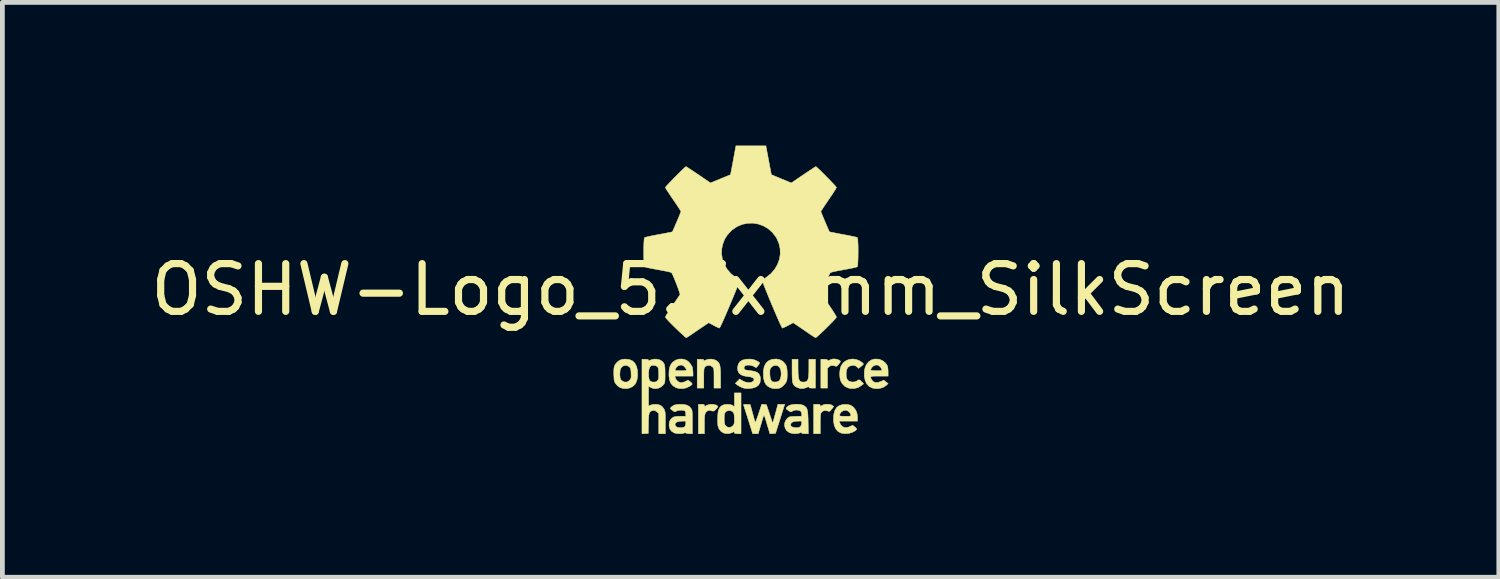
<source format=kicad_pcb>
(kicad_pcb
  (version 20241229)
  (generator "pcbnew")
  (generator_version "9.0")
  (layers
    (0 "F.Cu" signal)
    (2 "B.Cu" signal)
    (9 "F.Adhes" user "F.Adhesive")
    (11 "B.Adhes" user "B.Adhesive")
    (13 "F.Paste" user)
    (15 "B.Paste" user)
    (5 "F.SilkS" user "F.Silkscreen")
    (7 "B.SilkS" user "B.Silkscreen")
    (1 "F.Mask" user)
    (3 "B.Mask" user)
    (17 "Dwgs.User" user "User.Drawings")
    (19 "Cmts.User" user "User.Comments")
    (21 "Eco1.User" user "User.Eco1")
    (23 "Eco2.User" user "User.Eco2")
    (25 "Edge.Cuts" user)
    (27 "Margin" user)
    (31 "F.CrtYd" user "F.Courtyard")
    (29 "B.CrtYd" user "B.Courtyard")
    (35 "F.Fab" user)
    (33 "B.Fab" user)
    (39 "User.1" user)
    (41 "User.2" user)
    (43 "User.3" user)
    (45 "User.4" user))
  (footprint "OSHW-Logo_5.7x6mm_SilkScreen"
    (layer "F.Cu")
    (at 12.673 3.017)
    (property "Reference" "OSHW-Logo_5.7x6mm_SilkScreen" (at 0 0 0) (layer "F.SilkS") (effects (font (size 1 1) (thickness 0.15))))
    (attr exclude_from_pos_files exclude_from_bom allow_missing_courtyard)
    (fp_poly (pts (xy 1.799 1.458) (xy 1.843 1.471) (xy 1.871 1.488) (xy 1.88 1.501) (xy 1.877 1.517) (xy 1.861 1.541) (xy 1.847 1.559) (xy 1.819 1.59) (xy 1.798 1.604) (xy 1.78 1.603) (xy 1.726 1.589) (xy 1.687 1.59) (xy 1.655 1.605) (xy 1.644 1.614) (xy 1.61 1.646) (xy 1.61 2.062) (xy 1.471 2.062) (xy 1.471 1.459) (xy 1.54 1.459) (xy 1.582 1.46) (xy 1.603 1.466) (xy 1.61 1.477) (xy 1.61 1.478) (xy 1.612 1.49) (xy 1.626 1.488) (xy 1.644 1.48) (xy 1.682 1.464) (xy 1.713 1.454) (xy 1.753 1.451) (xy 1.799 1.458)) (stroke (width 0.01) (type solid)) (fill yes) (layer "F.SilkS"))
    (fp_poly (pts (xy 1.635 2.401) (xy 1.684 2.411) (xy 1.711 2.425) (xy 1.74 2.449) (xy 1.699 2.501) (xy 1.673 2.532) (xy 1.656 2.547) (xy 1.639 2.55) (xy 1.614 2.542) (xy 1.602 2.538) (xy 1.554 2.532) (xy 1.51 2.545) (xy 1.478 2.576) (xy 1.473 2.585) (xy 1.467 2.611) (xy 1.463 2.659) (xy 1.46 2.725) (xy 1.459 2.806) (xy 1.459 2.817) (xy 1.459 3.018) (xy 1.32 3.018) (xy 1.32 2.402) (xy 1.389 2.402) (xy 1.429 2.403) (xy 1.45 2.407) (xy 1.458 2.418) (xy 1.459 2.428) (xy 1.459 2.454) (xy 1.492 2.428) (xy 1.53 2.41) (xy 1.581 2.401) (xy 1.635 2.401)) (stroke (width 0.01) (type solid)) (fill yes) (layer "F.SilkS"))
    (fp_poly (pts (xy -0.993 2.403) (xy -0.975 2.409) (xy -0.968 2.421) (xy -0.968 2.427) (xy -0.967 2.442) (xy -0.96 2.445) (xy -0.939 2.434) (xy -0.927 2.427) (xy -0.889 2.411) (xy -0.844 2.403) (xy -0.797 2.403) (xy -0.752 2.409) (xy -0.716 2.42) (xy -0.693 2.436) (xy -0.688 2.456) (xy -0.69 2.462) (xy -0.707 2.485) (xy -0.733 2.513) (xy -0.738 2.517) (xy -0.762 2.538) (xy -0.784 2.545) (xy -0.814 2.54) (xy -0.826 2.537) (xy -0.863 2.529) (xy -0.889 2.533) (xy -0.911 2.545) (xy -0.931 2.561) (xy -0.946 2.581) (xy -0.956 2.609) (xy -0.963 2.648) (xy -0.967 2.704) (xy -0.968 2.779) (xy -0.968 2.824) (xy -0.968 3.018) (xy -1.094 3.018) (xy -1.094 2.402) (xy -1.031 2.402) (xy -0.993 2.403)) (stroke (width 0.01) (type solid)) (fill yes) (layer "F.SilkS"))
    (fp_poly (pts (xy 0.993 1.654) (xy 0.995 1.747) (xy 0.999 1.817) (xy 1.008 1.867) (xy 1.022 1.902) (xy 1.042 1.923) (xy 1.071 1.933) (xy 1.107 1.936) (xy 1.144 1.933) (xy 1.172 1.922) (xy 1.192 1.9) (xy 1.206 1.865) (xy 1.214 1.814) (xy 1.219 1.742) (xy 1.22 1.654) (xy 1.22 1.459) (xy 1.358 1.459) (xy 1.358 2.062) (xy 1.289 2.062) (xy 1.247 2.06) (xy 1.226 2.055) (xy 1.22 2.043) (xy 1.216 2.033) (xy 1.202 2.035) (xy 1.173 2.05) (xy 1.106 2.071) (xy 1.036 2.07) (xy 0.968 2.046) (xy 0.936 2.027) (xy 0.912 2.007) (xy 0.894 1.982) (xy 0.881 1.947) (xy 0.874 1.901) (xy 0.87 1.839) (xy 0.868 1.758) (xy 0.868 1.695) (xy 0.868 1.459) (xy 0.993 1.459) (xy 0.993 1.654)) (stroke (width 0.01) (type solid)) (fill yes) (layer "F.SilkS"))
    (fp_poly (pts (xy -0.754 1.469) (xy -0.723 1.484) (xy -0.692 1.506) (xy -0.669 1.53) (xy -0.652 1.562) (xy -0.641 1.604) (xy -0.634 1.66) (xy -0.63 1.734) (xy -0.629 1.829) (xy -0.629 1.839) (xy -0.629 2.062) (xy -0.767 2.062) (xy -0.767 1.856) (xy -0.767 1.78) (xy -0.768 1.725) (xy -0.77 1.687) (xy -0.773 1.661) (xy -0.779 1.643) (xy -0.788 1.63) (xy -0.8 1.618) (xy -0.843 1.59) (xy -0.89 1.585) (xy -0.934 1.602) (xy -0.95 1.615) (xy -0.961 1.627) (xy -0.969 1.641) (xy -0.975 1.659) (xy -0.978 1.686) (xy -0.98 1.726) (xy -0.981 1.784) (xy -0.981 1.854) (xy -0.981 2.062) (xy -1.119 2.062) (xy -1.119 1.459) (xy -1.05 1.459) (xy -1.008 1.46) (xy -0.987 1.466) (xy -0.981 1.477) (xy -0.981 1.478) (xy -0.978 1.489) (xy -0.965 1.488) (xy -0.94 1.475) (xy -0.883 1.457) (xy -0.817 1.455) (xy -0.754 1.469)) (stroke (width 0.01) (type solid)) (fill yes) (layer "F.SilkS"))
    (fp_poly (pts (xy 2.217 1.464) (xy 2.29 1.495) (xy 2.313 1.51) (xy 2.342 1.533) (xy 2.361 1.551) (xy 2.364 1.557) (xy 2.355 1.57) (xy 2.332 1.593) (xy 2.313 1.608) (xy 2.263 1.649) (xy 2.223 1.615) (xy 2.192 1.594) (xy 2.162 1.586) (xy 2.127 1.588) (xy 2.073 1.602) (xy 2.035 1.63) (xy 2.012 1.675) (xy 2.002 1.741) (xy 2.002 1.741) (xy 2.002 1.815) (xy 2.016 1.869) (xy 2.044 1.906) (xy 2.063 1.918) (xy 2.114 1.934) (xy 2.168 1.934) (xy 2.215 1.919) (xy 2.226 1.911) (xy 2.253 1.893) (xy 2.275 1.889) (xy 2.299 1.903) (xy 2.325 1.929) (xy 2.366 1.971) (xy 2.32 2.008) (xy 2.25 2.051) (xy 2.17 2.072) (xy 2.087 2.07) (xy 2.033 2.056) (xy 1.969 2.022) (xy 1.918 1.968) (xy 1.895 1.93) (xy 1.876 1.876) (xy 1.867 1.806) (xy 1.867 1.731) (xy 1.876 1.659) (xy 1.894 1.599) (xy 1.897 1.593) (xy 1.94 1.532) (xy 1.998 1.488) (xy 2.067 1.461) (xy 2.141 1.453) (xy 2.217 1.464)) (stroke (width 0.01) (type solid)) (fill yes) (layer "F.SilkS"))
    (fp_poly (pts (xy 0.611 1.466) (xy 0.674 1.501) (xy 0.724 1.555) (xy 0.748 1.6) (xy 0.758 1.639) (xy 0.764 1.695) (xy 0.767 1.76) (xy 0.766 1.824) (xy 0.761 1.881) (xy 0.755 1.912) (xy 0.734 1.953) (xy 0.698 1.997) (xy 0.656 2.036) (xy 0.613 2.061) (xy 0.612 2.061) (xy 0.56 2.072) (xy 0.497 2.073) (xy 0.438 2.063) (xy 0.415 2.055) (xy 0.356 2.021) (xy 0.314 1.978) (xy 0.286 1.92) (xy 0.271 1.844) (xy 0.267 1.804) (xy 0.268 1.754) (xy 0.402 1.754) (xy 0.407 1.827) (xy 0.42 1.882) (xy 0.441 1.918) (xy 0.456 1.928) (xy 0.493 1.935) (xy 0.539 1.933) (xy 0.577 1.923) (xy 0.588 1.917) (xy 0.615 1.885) (xy 0.632 1.835) (xy 0.64 1.774) (xy 0.636 1.708) (xy 0.628 1.669) (xy 0.604 1.624) (xy 0.567 1.595) (xy 0.522 1.586) (xy 0.475 1.596) (xy 0.439 1.621) (xy 0.42 1.642) (xy 0.409 1.662) (xy 0.404 1.69) (xy 0.402 1.733) (xy 0.402 1.754) (xy 0.268 1.754) (xy 0.268 1.698) (xy 0.285 1.611) (xy 0.319 1.543) (xy 0.369 1.494) (xy 0.435 1.464) (xy 0.45 1.46) (xy 0.535 1.452) (xy 0.611 1.466)) (stroke (width 0.01) (type solid)) (fill yes) (layer "F.SilkS"))
    (fp_poly (pts (xy 0.282 2.404) (xy 0.331 2.408) (xy 0.461 2.798) (xy 0.482 2.729) (xy 0.494 2.686) (xy 0.51 2.628) (xy 0.528 2.565) (xy 0.537 2.531) (xy 0.571 2.402) (xy 0.714 2.402) (xy 0.672 2.537) (xy 0.651 2.603) (xy 0.625 2.684) (xy 0.599 2.767) (xy 0.575 2.842) (xy 0.521 3.012) (xy 0.463 3.015) (xy 0.404 3.019) (xy 0.373 2.915) (xy 0.353 2.85) (xy 0.332 2.778) (xy 0.313 2.715) (xy 0.313 2.713) (xy 0.299 2.67) (xy 0.286 2.641) (xy 0.278 2.63) (xy 0.276 2.631) (xy 0.27 2.648) (xy 0.258 2.685) (xy 0.242 2.736) (xy 0.224 2.798) (xy 0.214 2.832) (xy 0.159 3.018) (xy 0.043 3.018) (xy -0.049 2.725) (xy -0.075 2.643) (xy -0.099 2.569) (xy -0.119 2.506) (xy -0.135 2.457) (xy -0.145 2.426) (xy -0.148 2.417) (xy -0.146 2.407) (xy -0.127 2.403) (xy -0.087 2.404) (xy -0.081 2.404) (xy -0.008 2.408) (xy 0.04 2.584) (xy 0.058 2.648) (xy 0.073 2.705) (xy 0.086 2.748) (xy 0.094 2.775) (xy 0.095 2.779) (xy 0.101 2.774) (xy 0.113 2.749) (xy 0.13 2.706) (xy 0.15 2.65) (xy 0.167 2.599) (xy 0.232 2.401) (xy 0.282 2.404)) (stroke (width 0.01) (type solid)) (fill yes) (layer "F.SilkS"))
    (fp_poly (pts (xy -2.538 1.465) (xy -2.472 1.494) (xy -2.423 1.543) (xy -2.388 1.611) (xy -2.37 1.699) (xy -2.369 1.712) (xy -2.368 1.809) (xy -2.381 1.894) (xy -2.408 1.962) (xy -2.423 1.984) (xy -2.473 2.031) (xy -2.538 2.061) (xy -2.61 2.074) (xy -2.683 2.067) (xy -2.739 2.048) (xy -2.787 2.015) (xy -2.826 1.971) (xy -2.827 1.97) (xy -2.843 1.943) (xy -2.853 1.916) (xy -2.86 1.882) (xy -2.863 1.834) (xy -2.865 1.795) (xy -2.866 1.759) (xy -2.74 1.759) (xy -2.739 1.795) (xy -2.734 1.842) (xy -2.726 1.872) (xy -2.712 1.894) (xy -2.699 1.907) (xy -2.652 1.933) (xy -2.603 1.937) (xy -2.557 1.918) (xy -2.534 1.896) (xy -2.517 1.875) (xy -2.507 1.854) (xy -2.503 1.828) (xy -2.503 1.788) (xy -2.504 1.751) (xy -2.507 1.698) (xy -2.512 1.664) (xy -2.52 1.641) (xy -2.533 1.624) (xy -2.544 1.615) (xy -2.589 1.589) (xy -2.637 1.588) (xy -2.678 1.603) (xy -2.713 1.635) (xy -2.733 1.687) (xy -2.74 1.759) (xy -2.866 1.759) (xy -2.866 1.717) (xy -2.864 1.658) (xy -2.856 1.614) (xy -2.843 1.579) (xy -2.822 1.549) (xy -2.814 1.539) (xy -2.766 1.494) (xy -2.714 1.467) (xy -2.651 1.456) (xy -2.62 1.455) (xy -2.538 1.465)) (stroke (width 0.01) (type solid)) (fill yes) (layer "F.SilkS"))
    (fp_poly (pts (xy -0.201 3.018) (xy -0.27 3.018) (xy -0.31 3.017) (xy -0.331 3.012) (xy -0.339 3.001) (xy -0.34 2.994) (xy -0.341 2.98) (xy -0.349 2.977) (xy -0.37 2.986) (xy -0.386 2.994) (xy -0.449 3.014) (xy -0.517 3.015) (xy -0.573 3) (xy -0.624 2.965) (xy -0.664 2.913) (xy -0.685 2.851) (xy -0.686 2.848) (xy -0.689 2.811) (xy -0.691 2.757) (xy -0.691 2.716) (xy -0.553 2.716) (xy -0.55 2.77) (xy -0.543 2.815) (xy -0.533 2.84) (xy -0.496 2.874) (xy -0.452 2.887) (xy -0.407 2.877) (xy -0.368 2.847) (xy -0.353 2.827) (xy -0.345 2.803) (xy -0.34 2.768) (xy -0.34 2.716) (xy -0.341 2.664) (xy -0.346 2.619) (xy -0.353 2.588) (xy -0.354 2.585) (xy -0.38 2.553) (xy -0.42 2.535) (xy -0.463 2.532) (xy -0.504 2.545) (xy -0.534 2.573) (xy -0.537 2.578) (xy -0.547 2.612) (xy -0.552 2.661) (xy -0.553 2.716) (xy -0.691 2.716) (xy -0.691 2.696) (xy -0.69 2.663) (xy -0.684 2.581) (xy -0.671 2.52) (xy -0.649 2.474) (xy -0.618 2.441) (xy -0.587 2.421) (xy -0.544 2.407) (xy -0.491 2.402) (xy -0.436 2.406) (xy -0.39 2.418) (xy -0.365 2.433) (xy -0.34 2.456) (xy -0.34 2.163) (xy -0.201 2.163) (xy -0.201 3.018)) (stroke (width 0.01) (type solid)) (fill yes) (layer "F.SilkS"))
    (fp_poly (pts (xy 2.678 1.456) (xy 2.71 1.464) (xy 2.772 1.493) (xy 2.825 1.537) (xy 2.861 1.589) (xy 2.866 1.601) (xy 2.873 1.632) (xy 2.878 1.677) (xy 2.88 1.723) (xy 2.88 1.811) (xy 2.697 1.811) (xy 2.622 1.811) (xy 2.569 1.813) (xy 2.535 1.817) (xy 2.518 1.826) (xy 2.514 1.84) (xy 2.521 1.86) (xy 2.533 1.884) (xy 2.566 1.925) (xy 2.612 1.945) (xy 2.669 1.944) (xy 2.733 1.922) (xy 2.788 1.895) (xy 2.834 1.932) (xy 2.88 1.968) (xy 2.837 2.008) (xy 2.779 2.046) (xy 2.708 2.068) (xy 2.632 2.075) (xy 2.558 2.063) (xy 2.546 2.059) (xy 2.481 2.026) (xy 2.433 1.975) (xy 2.4 1.906) (xy 2.382 1.818) (xy 2.382 1.816) (xy 2.381 1.72) (xy 2.387 1.686) (xy 2.515 1.686) (xy 2.527 1.691) (xy 2.558 1.695) (xy 2.605 1.697) (xy 2.635 1.698) (xy 2.691 1.697) (xy 2.725 1.696) (xy 2.744 1.692) (xy 2.75 1.685) (xy 2.748 1.674) (xy 2.747 1.669) (xy 2.724 1.627) (xy 2.689 1.594) (xy 2.658 1.579) (xy 2.616 1.58) (xy 2.574 1.598) (xy 2.539 1.629) (xy 2.518 1.666) (xy 2.515 1.686) (xy 2.387 1.686) (xy 2.397 1.635) (xy 2.429 1.564) (xy 2.475 1.509) (xy 2.533 1.471) (xy 2.601 1.453) (xy 2.678 1.456)) (stroke (width 0.01) (type solid)) (fill yes) (layer "F.SilkS"))
    (fp_poly (pts (xy 0.014 1.456) (xy 0.062 1.465) (xy 0.111 1.484) (xy 0.116 1.487) (xy 0.154 1.506) (xy 0.18 1.525) (xy 0.188 1.537) (xy 0.18 1.556) (xy 0.161 1.584) (xy 0.152 1.594) (xy 0.117 1.636) (xy 0.071 1.609) (xy 0.027 1.591) (xy -0.023 1.581) (xy -0.071 1.581) (xy -0.109 1.59) (xy -0.117 1.595) (xy -0.135 1.621) (xy -0.137 1.651) (xy -0.124 1.674) (xy -0.116 1.679) (xy -0.094 1.684) (xy -0.054 1.691) (xy -0.005 1.697) (xy 0.004 1.698) (xy 0.083 1.712) (xy 0.14 1.735) (xy 0.178 1.77) (xy 0.199 1.818) (xy 0.206 1.878) (xy 0.197 1.945) (xy 0.167 1.998) (xy 0.117 2.037) (xy 0.047 2.061) (xy -0.031 2.071) (xy -0.095 2.071) (xy -0.147 2.062) (xy -0.182 2.05) (xy -0.227 2.029) (xy -0.268 2.005) (xy -0.283 1.994) (xy -0.321 1.963) (xy -0.275 1.917) (xy -0.23 1.871) (xy -0.178 1.905) (xy -0.126 1.931) (xy -0.071 1.944) (xy -0.017 1.946) (xy 0.028 1.935) (xy 0.06 1.914) (xy 0.07 1.895) (xy 0.069 1.865) (xy 0.043 1.843) (xy -0.007 1.827) (xy -0.061 1.82) (xy -0.145 1.806) (xy -0.207 1.78) (xy -0.248 1.741) (xy -0.27 1.688) (xy -0.273 1.625) (xy -0.258 1.56) (xy -0.225 1.51) (xy -0.171 1.476) (xy -0.099 1.458) (xy -0.045 1.455) (xy 0.014 1.456)) (stroke (width 0.01) (type solid)) (fill yes) (layer "F.SilkS"))
    (fp_poly (pts (xy 2.033 2.405) (xy 2.093 2.421) (xy 2.143 2.453) (xy 2.167 2.477) (xy 2.207 2.534) (xy 2.23 2.6) (xy 2.238 2.681) (xy 2.238 2.688) (xy 2.238 2.754) (xy 1.858 2.754) (xy 1.866 2.788) (xy 1.881 2.82) (xy 1.907 2.852) (xy 1.912 2.857) (xy 1.958 2.886) (xy 2.01 2.89) (xy 2.071 2.872) (xy 2.081 2.867) (xy 2.112 2.852) (xy 2.133 2.843) (xy 2.137 2.842) (xy 2.15 2.85) (xy 2.174 2.869) (xy 2.187 2.879) (xy 2.212 2.903) (xy 2.221 2.919) (xy 2.215 2.934) (xy 2.212 2.938) (xy 2.191 2.955) (xy 2.156 2.976) (xy 2.131 2.988) (xy 2.062 3.01) (xy 1.985 3.017) (xy 1.913 3.009) (xy 1.892 3.003) (xy 1.829 2.969) (xy 1.783 2.917) (xy 1.752 2.846) (xy 1.737 2.757) (xy 1.736 2.71) (xy 1.74 2.641) (xy 1.861 2.641) (xy 1.873 2.646) (xy 1.904 2.65) (xy 1.95 2.653) (xy 1.98 2.653) (xy 2.036 2.653) (xy 2.071 2.651) (xy 2.09 2.647) (xy 2.098 2.639) (xy 2.1 2.628) (xy 2.089 2.594) (xy 2.062 2.561) (xy 2.026 2.535) (xy 1.991 2.525) (xy 1.942 2.534) (xy 1.9 2.561) (xy 1.871 2.6) (xy 1.861 2.641) (xy 1.74 2.641) (xy 1.743 2.61) (xy 1.764 2.531) (xy 1.8 2.471) (xy 1.852 2.431) (xy 1.92 2.408) (xy 1.957 2.404) (xy 2.033 2.405)) (stroke (width 0.01) (type solid)) (fill yes) (layer "F.SilkS"))
    (fp_poly (pts (xy -1.357 1.473) (xy -1.344 1.479) (xy -1.301 1.51) (xy -1.26 1.557) (xy -1.229 1.608) (xy -1.22 1.631) (xy -1.213 1.673) (xy -1.208 1.724) (xy -1.207 1.745) (xy -1.207 1.811) (xy -1.587 1.811) (xy -1.579 1.845) (xy -1.559 1.886) (xy -1.524 1.922) (xy -1.483 1.944) (xy -1.457 1.949) (xy -1.421 1.943) (xy -1.378 1.929) (xy -1.364 1.922) (xy -1.31 1.896) (xy -1.265 1.93) (xy -1.238 1.954) (xy -1.224 1.973) (xy -1.223 1.979) (xy -1.236 1.993) (xy -1.263 2.014) (xy -1.288 2.03) (xy -1.356 2.06) (xy -1.431 2.073) (xy -1.506 2.07) (xy -1.565 2.052) (xy -1.627 2.013) (xy -1.671 1.962) (xy -1.698 1.895) (xy -1.71 1.811) (xy -1.711 1.773) (xy -1.707 1.685) (xy -1.706 1.682) (xy -1.581 1.682) (xy -1.577 1.691) (xy -1.563 1.695) (xy -1.533 1.697) (xy -1.485 1.698) (xy -1.466 1.698) (xy -1.408 1.697) (xy -1.372 1.694) (xy -1.353 1.689) (xy -1.346 1.681) (xy -1.345 1.679) (xy -1.353 1.658) (xy -1.373 1.63) (xy -1.382 1.62) (xy -1.413 1.591) (xy -1.446 1.58) (xy -1.464 1.579) (xy -1.512 1.591) (xy -1.552 1.622) (xy -1.577 1.668) (xy -1.578 1.669) (xy -1.581 1.682) (xy -1.706 1.682) (xy -1.692 1.616) (xy -1.666 1.56) (xy -1.634 1.521) (xy -1.574 1.478) (xy -1.504 1.455) (xy -1.43 1.453) (xy -1.357 1.473)) (stroke (width 0.01) (type solid)) (fill yes) (layer "F.SilkS"))
    (fp_poly (pts (xy 1.038 2.405) (xy 1.091 2.418) (xy 1.107 2.425) (xy 1.136 2.443) (xy 1.159 2.463) (xy 1.176 2.489) (xy 1.188 2.524) (xy 1.196 2.572) (xy 1.201 2.636) (xy 1.204 2.72) (xy 1.205 2.776) (xy 1.209 3.018) (xy 1.139 3.018) (xy 1.096 3.016) (xy 1.074 3.01) (xy 1.069 3) (xy 1.066 2.989) (xy 1.052 2.991) (xy 1.034 3) (xy 0.989 3.013) (xy 0.93 3.017) (xy 0.868 3.011) (xy 0.814 2.996) (xy 0.809 2.993) (xy 0.759 2.958) (xy 0.726 2.909) (xy 0.711 2.852) (xy 0.712 2.832) (xy 0.836 2.832) (xy 0.846 2.859) (xy 0.879 2.879) (xy 0.931 2.89) (xy 0.959 2.891) (xy 1.005 2.888) (xy 1.036 2.874) (xy 1.044 2.867) (xy 1.064 2.831) (xy 1.069 2.798) (xy 1.069 2.754) (xy 1.008 2.754) (xy 0.936 2.757) (xy 0.886 2.769) (xy 0.855 2.789) (xy 0.848 2.798) (xy 0.836 2.832) (xy 0.712 2.832) (xy 0.714 2.792) (xy 0.737 2.735) (xy 0.768 2.697) (xy 0.786 2.68) (xy 0.805 2.669) (xy 0.829 2.662) (xy 0.864 2.658) (xy 0.917 2.656) (xy 0.938 2.655) (xy 1.069 2.651) (xy 1.069 2.611) (xy 1.064 2.569) (xy 1.045 2.544) (xy 1.008 2.528) (xy 1.007 2.528) (xy 0.954 2.521) (xy 0.903 2.53) (xy 0.865 2.55) (xy 0.849 2.56) (xy 0.833 2.558) (xy 0.807 2.544) (xy 0.792 2.534) (xy 0.763 2.512) (xy 0.745 2.496) (xy 0.742 2.491) (xy 0.754 2.467) (xy 0.789 2.438) (xy 0.805 2.428) (xy 0.849 2.412) (xy 0.908 2.402) (xy 0.974 2.4) (xy 1.038 2.405)) (stroke (width 0.01) (type solid)) (fill yes) (layer "F.SilkS"))
    (fp_poly (pts (xy -1.384 2.407) (xy -1.325 2.422) (xy -1.28 2.451) (xy -1.248 2.488) (xy -1.238 2.504) (xy -1.231 2.521) (xy -1.226 2.543) (xy -1.223 2.573) (xy -1.221 2.615) (xy -1.22 2.674) (xy -1.22 2.753) (xy -1.22 2.774) (xy -1.22 3.018) (xy -1.28 3.018) (xy -1.319 3.015) (xy -1.347 3.008) (xy -1.354 3.004) (xy -1.374 2.997) (xy -1.394 3.004) (xy -1.426 3.013) (xy -1.474 3.017) (xy -1.527 3.015) (xy -1.575 3.009) (xy -1.603 3) (xy -1.658 2.965) (xy -1.692 2.916) (xy -1.707 2.852) (xy -1.707 2.85) (xy -1.706 2.822) (xy -1.584 2.822) (xy -1.574 2.854) (xy -1.556 2.873) (xy -1.522 2.886) (xy -1.476 2.892) (xy -1.429 2.889) (xy -1.392 2.878) (xy -1.381 2.871) (xy -1.363 2.839) (xy -1.358 2.802) (xy -1.358 2.754) (xy -1.428 2.754) (xy -1.494 2.759) (xy -1.544 2.773) (xy -1.575 2.796) (xy -1.584 2.822) (xy -1.706 2.822) (xy -1.704 2.78) (xy -1.681 2.724) (xy -1.637 2.682) (xy -1.631 2.678) (xy -1.605 2.665) (xy -1.573 2.658) (xy -1.528 2.654) (xy -1.474 2.653) (xy -1.358 2.653) (xy -1.358 2.604) (xy -1.363 2.567) (xy -1.376 2.541) (xy -1.377 2.54) (xy -1.405 2.529) (xy -1.447 2.525) (xy -1.494 2.527) (xy -1.535 2.535) (xy -1.56 2.547) (xy -1.573 2.557) (xy -1.587 2.559) (xy -1.607 2.551) (xy -1.636 2.531) (xy -1.68 2.497) (xy -1.684 2.494) (xy -1.682 2.482) (xy -1.665 2.463) (xy -1.638 2.441) (xy -1.61 2.423) (xy -1.6 2.419) (xy -1.567 2.41) (xy -1.519 2.404) (xy -1.465 2.402) (xy -1.462 2.402) (xy -1.384 2.407)) (stroke (width 0.01) (type solid)) (fill yes) (layer "F.SilkS"))
    (fp_poly (pts (xy -1.909 1.469) (xy -1.882 1.482) (xy -1.85 1.505) (xy -1.826 1.53) (xy -1.809 1.561) (xy -1.799 1.603) (xy -1.794 1.66) (xy -1.792 1.736) (xy -1.792 1.769) (xy -1.792 1.841) (xy -1.794 1.892) (xy -1.796 1.927) (xy -1.802 1.952) (xy -1.81 1.97) (xy -1.818 1.982) (xy -1.87 2.034) (xy -1.932 2.065) (xy -1.999 2.075) (xy -2.066 2.061) (xy -2.087 2.051) (xy -2.138 2.025) (xy -2.138 2.44) (xy -2.101 2.421) (xy -2.052 2.406) (xy -1.992 2.402) (xy -1.932 2.409) (xy -1.886 2.425) (xy -1.849 2.455) (xy -1.817 2.498) (xy -1.814 2.502) (xy -1.804 2.523) (xy -1.797 2.544) (xy -1.791 2.57) (xy -1.788 2.604) (xy -1.786 2.651) (xy -1.786 2.715) (xy -1.786 2.787) (xy -1.786 3.018) (xy -1.924 3.018) (xy -1.924 2.593) (xy -1.963 2.56) (xy -2.003 2.534) (xy -2.041 2.529) (xy -2.079 2.541) (xy -2.099 2.553) (xy -2.115 2.57) (xy -2.125 2.596) (xy -2.133 2.634) (xy -2.137 2.688) (xy -2.14 2.761) (xy -2.141 2.81) (xy -2.144 3.012) (xy -2.21 3.015) (xy -2.276 3.019) (xy -2.276 1.771) (xy -2.138 1.771) (xy -2.134 1.84) (xy -2.122 1.889) (xy -2.1 1.919) (xy -2.066 1.933) (xy -2.031 1.936) (xy -1.991 1.933) (xy -1.965 1.92) (xy -1.949 1.902) (xy -1.936 1.883) (xy -1.928 1.862) (xy -1.925 1.832) (xy -1.925 1.787) (xy -1.926 1.75) (xy -1.929 1.694) (xy -1.932 1.657) (xy -1.939 1.633) (xy -1.95 1.617) (xy -1.96 1.608) (xy -2.002 1.589) (xy -2.052 1.585) (xy -2.08 1.592) (xy -2.109 1.616) (xy -2.128 1.664) (xy -2.137 1.734) (xy -2.138 1.771) (xy -2.276 1.771) (xy -2.276 1.459) (xy -2.207 1.459) (xy -2.165 1.46) (xy -2.144 1.466) (xy -2.138 1.477) (xy -2.138 1.478) (xy -2.135 1.489) (xy -2.122 1.488) (xy -2.097 1.475) (xy -2.038 1.457) (xy -1.972 1.455) (xy -1.909 1.469)) (stroke (width 0.01) (type solid)) (fill yes) (layer "F.SilkS"))
    (fp_poly (pts (xy 0.377 -2.71) (xy 0.434 -2.408) (xy 0.853 -2.235) (xy 1.105 -2.407) (xy 1.175 -2.454) (xy 1.239 -2.497) (xy 1.293 -2.532) (xy 1.334 -2.559) (xy 1.36 -2.574) (xy 1.367 -2.578) (xy 1.379 -2.569) (xy 1.406 -2.545) (xy 1.444 -2.509) (xy 1.491 -2.464) (xy 1.542 -2.413) (xy 1.596 -2.358) (xy 1.649 -2.304) (xy 1.698 -2.253) (xy 1.741 -2.208) (xy 1.773 -2.172) (xy 1.793 -2.148) (xy 1.798 -2.14) (xy 1.791 -2.125) (xy 1.772 -2.093) (xy 1.742 -2.047) (xy 1.705 -1.989) (xy 1.66 -1.923) (xy 1.635 -1.886) (xy 1.588 -1.817) (xy 1.546 -1.755) (xy 1.512 -1.703) (xy 1.487 -1.664) (xy 1.473 -1.641) (xy 1.471 -1.636) (xy 1.476 -1.622) (xy 1.489 -1.59) (xy 1.508 -1.544) (xy 1.531 -1.488) (xy 1.557 -1.427) (xy 1.583 -1.366) (xy 1.607 -1.31) (xy 1.628 -1.262) (xy 1.643 -1.228) (xy 1.651 -1.211) (xy 1.652 -1.211) (xy 1.665 -1.208) (xy 1.699 -1.201) (xy 1.75 -1.191) (xy 1.816 -1.178) (xy 1.893 -1.163) (xy 1.937 -1.155) (xy 2.019 -1.14) (xy 2.093 -1.125) (xy 2.155 -1.112) (xy 2.202 -1.101) (xy 2.23 -1.093) (xy 2.235 -1.091) (xy 2.241 -1.074) (xy 2.245 -1.037) (xy 2.248 -0.983) (xy 2.251 -0.917) (xy 2.252 -0.844) (xy 2.252 -0.767) (xy 2.251 -0.691) (xy 2.249 -0.621) (xy 2.246 -0.56) (xy 2.243 -0.514) (xy 2.238 -0.486) (xy 2.235 -0.48) (xy 2.217 -0.473) (xy 2.179 -0.463) (xy 2.127 -0.451) (xy 2.065 -0.439) (xy 2.043 -0.435) (xy 1.938 -0.415) (xy 1.855 -0.4) (xy 1.792 -0.388) (xy 1.745 -0.378) (xy 1.711 -0.37) (xy 1.689 -0.363) (xy 1.676 -0.357) (xy 1.667 -0.351) (xy 1.666 -0.35) (xy 1.655 -0.331) (xy 1.638 -0.294) (xy 1.616 -0.244) (xy 1.592 -0.185) (xy 1.567 -0.121) (xy 1.543 -0.058) (xy 1.522 0.001) (xy 1.505 0.05) (xy 1.494 0.086) (xy 1.492 0.104) (xy 1.492 0.104) (xy 1.501 0.119) (xy 1.523 0.151) (xy 1.554 0.197) (xy 1.593 0.253) (xy 1.637 0.318) (xy 1.649 0.336) (xy 1.694 0.402) (xy 1.733 0.462) (xy 1.765 0.513) (xy 1.787 0.552) (xy 1.798 0.574) (xy 1.798 0.576) (xy 1.789 0.591) (xy 1.765 0.619) (xy 1.729 0.658) (xy 1.683 0.706) (xy 1.632 0.758) (xy 1.577 0.812) (xy 1.523 0.865) (xy 1.472 0.913) (xy 1.427 0.955) (xy 1.391 0.985) (xy 1.368 1.003) (xy 1.362 1.006) (xy 1.347 0.999) (xy 1.316 0.981) (xy 1.275 0.954) (xy 1.244 0.933) (xy 1.187 0.894) (xy 1.119 0.847) (xy 1.051 0.801) (xy 1.014 0.776) (xy 0.891 0.693) (xy 0.787 0.749) (xy 0.74 0.773) (xy 0.7 0.792) (xy 0.672 0.803) (xy 0.665 0.805) (xy 0.657 0.794) (xy 0.641 0.762) (xy 0.617 0.713) (xy 0.588 0.649) (xy 0.555 0.574) (xy 0.518 0.489) (xy 0.48 0.399) (xy 0.441 0.306) (xy 0.402 0.213) (xy 0.365 0.123) (xy 0.331 0.039) (xy 0.301 -0.037) (xy 0.276 -0.1) (xy 0.258 -0.15) (xy 0.248 -0.182) (xy 0.246 -0.193) (xy 0.259 -0.206) (xy 0.288 -0.229) (xy 0.325 -0.256) (xy 0.329 -0.258) (xy 0.426 -0.336) (xy 0.505 -0.427) (xy 0.564 -0.528) (xy 0.603 -0.637) (xy 0.621 -0.749) (xy 0.617 -0.863) (xy 0.591 -0.976) (xy 0.542 -1.084) (xy 0.527 -1.108) (xy 0.452 -1.203) (xy 0.364 -1.28) (xy 0.265 -1.337) (xy 0.158 -1.375) (xy 0.047 -1.393) (xy -0.066 -1.39) (xy -0.176 -1.367) (xy -0.282 -1.322) (xy -0.38 -1.256) (xy -0.41 -1.23) (xy -0.488 -1.145) (xy -0.544 -1.057) (xy -0.582 -0.958) (xy -0.604 -0.86) (xy -0.609 -0.749) (xy -0.591 -0.638) (xy -0.553 -0.531) (xy -0.494 -0.43) (xy -0.418 -0.34) (xy -0.327 -0.264) (xy -0.315 -0.256) (xy -0.277 -0.23) (xy -0.248 -0.207) (xy -0.234 -0.193) (xy -0.234 -0.193) (xy -0.237 -0.177) (xy -0.248 -0.141) (xy -0.268 -0.089) (xy -0.293 -0.023) (xy -0.324 0.055) (xy -0.359 0.14) (xy -0.397 0.231) (xy -0.436 0.325) (xy -0.475 0.417) (xy -0.513 0.506) (xy -0.549 0.589) (xy -0.582 0.662) (xy -0.61 0.724) (xy -0.632 0.77) (xy -0.647 0.797) (xy -0.653 0.805) (xy -0.671 0.799) (xy -0.706 0.784) (xy -0.75 0.762) (xy -0.774 0.749) (xy -0.878 0.693) (xy -1.002 0.776) (xy -1.065 0.819) (xy -1.134 0.866) (xy -1.199 0.911) (xy -1.231 0.933) (xy -1.277 0.963) (xy -1.315 0.988) (xy -1.342 1.003) (xy -1.351 1.006) (xy -1.363 0.997) (xy -1.391 0.974) (xy -1.431 0.937) (xy -1.482 0.891) (xy -1.539 0.836) (xy -1.575 0.801) (xy -1.639 0.739) (xy -1.694 0.683) (xy -1.738 0.636) (xy -1.769 0.601) (xy -1.784 0.579) (xy -1.786 0.575) (xy -1.779 0.558) (xy -1.76 0.524) (xy -1.73 0.476) (xy -1.693 0.419) (xy -1.649 0.354) (xy -1.637 0.336) (xy -1.592 0.27) (xy -1.551 0.211) (xy -1.518 0.162) (xy -1.493 0.126) (xy -1.481 0.107) (xy -1.479 0.104) (xy -1.481 0.089) (xy -1.491 0.055) (xy -1.507 0.006) (xy -1.528 -0.052) (xy -1.552 -0.115) (xy -1.577 -0.178) (xy -1.601 -0.238) (xy -1.623 -0.29) (xy -1.641 -0.328) (xy -1.653 -0.349) (xy -1.654 -0.35) (xy -1.661 -0.356) (xy -1.674 -0.362) (xy -1.694 -0.369) (xy -1.725 -0.376) (xy -1.769 -0.386) (xy -1.829 -0.397) (xy -1.908 -0.412) (xy -2.009 -0.431) (xy -2.03 -0.435) (xy -2.095 -0.447) (xy -2.151 -0.459) (xy -2.194 -0.47) (xy -2.219 -0.478) (xy -2.222 -0.48) (xy -2.228 -0.497) (xy -2.232 -0.534) (xy -2.235 -0.588) (xy -2.238 -0.654) (xy -2.239 -0.728) (xy -2.239 -0.804) (xy -2.239 -0.88) (xy -2.237 -0.95) (xy -2.234 -1.011) (xy -2.23 -1.057) (xy -2.225 -1.085) (xy -2.223 -1.091) (xy -2.206 -1.096) (xy -2.169 -1.106) (xy -2.114 -1.118) (xy -2.045 -1.132) (xy -1.967 -1.147) (xy -1.925 -1.155) (xy -1.844 -1.17) (xy -1.772 -1.184) (xy -1.712 -1.196) (xy -1.668 -1.204) (xy -1.643 -1.21) (xy -1.639 -1.211) (xy -1.633 -1.224) (xy -1.618 -1.256) (xy -1.598 -1.302) (xy -1.574 -1.358) (xy -1.548 -1.418) (xy -1.522 -1.479) (xy -1.498 -1.536) (xy -1.479 -1.584) (xy -1.465 -1.619) (xy -1.459 -1.636) (xy -1.459 -1.637) (xy -1.465 -1.65) (xy -1.485 -1.681) (xy -1.514 -1.727) (xy -1.552 -1.784) (xy -1.596 -1.849) (xy -1.622 -1.886) (xy -1.669 -1.955) (xy -1.71 -2.017) (xy -1.745 -2.07) (xy -1.77 -2.11) (xy -1.784 -2.135) (xy -1.786 -2.14) (xy -1.777 -2.153) (xy -1.754 -2.18) (xy -1.718 -2.219) (xy -1.673 -2.266) (xy -1.623 -2.318) (xy -1.569 -2.373) (xy -1.516 -2.426) (xy -1.465 -2.476) (xy -1.421 -2.519) (xy -1.385 -2.553) (xy -1.362 -2.573) (xy -1.354 -2.578) (xy -1.341 -2.571) (xy -1.311 -2.552) (xy -1.265 -2.522) (xy -1.208 -2.485) (xy -1.142 -2.44) (xy -1.092 -2.407) (xy -0.841 -2.235) (xy -0.631 -2.322) (xy -0.421 -2.408) (xy -0.364 -2.71) (xy -0.308 -3.012) (xy 0.32 -3.012) (xy 0.377 -2.71)) (stroke (width 0.01) (type solid)) (fill yes) (layer "F.SilkS")))
  (gr_rect
    (start -3 -3)
    (end 28.345 9.041)
    (stroke (width 0.1) (type default))
    (fill no)
    (layer "Edge.Cuts")))
</source>
